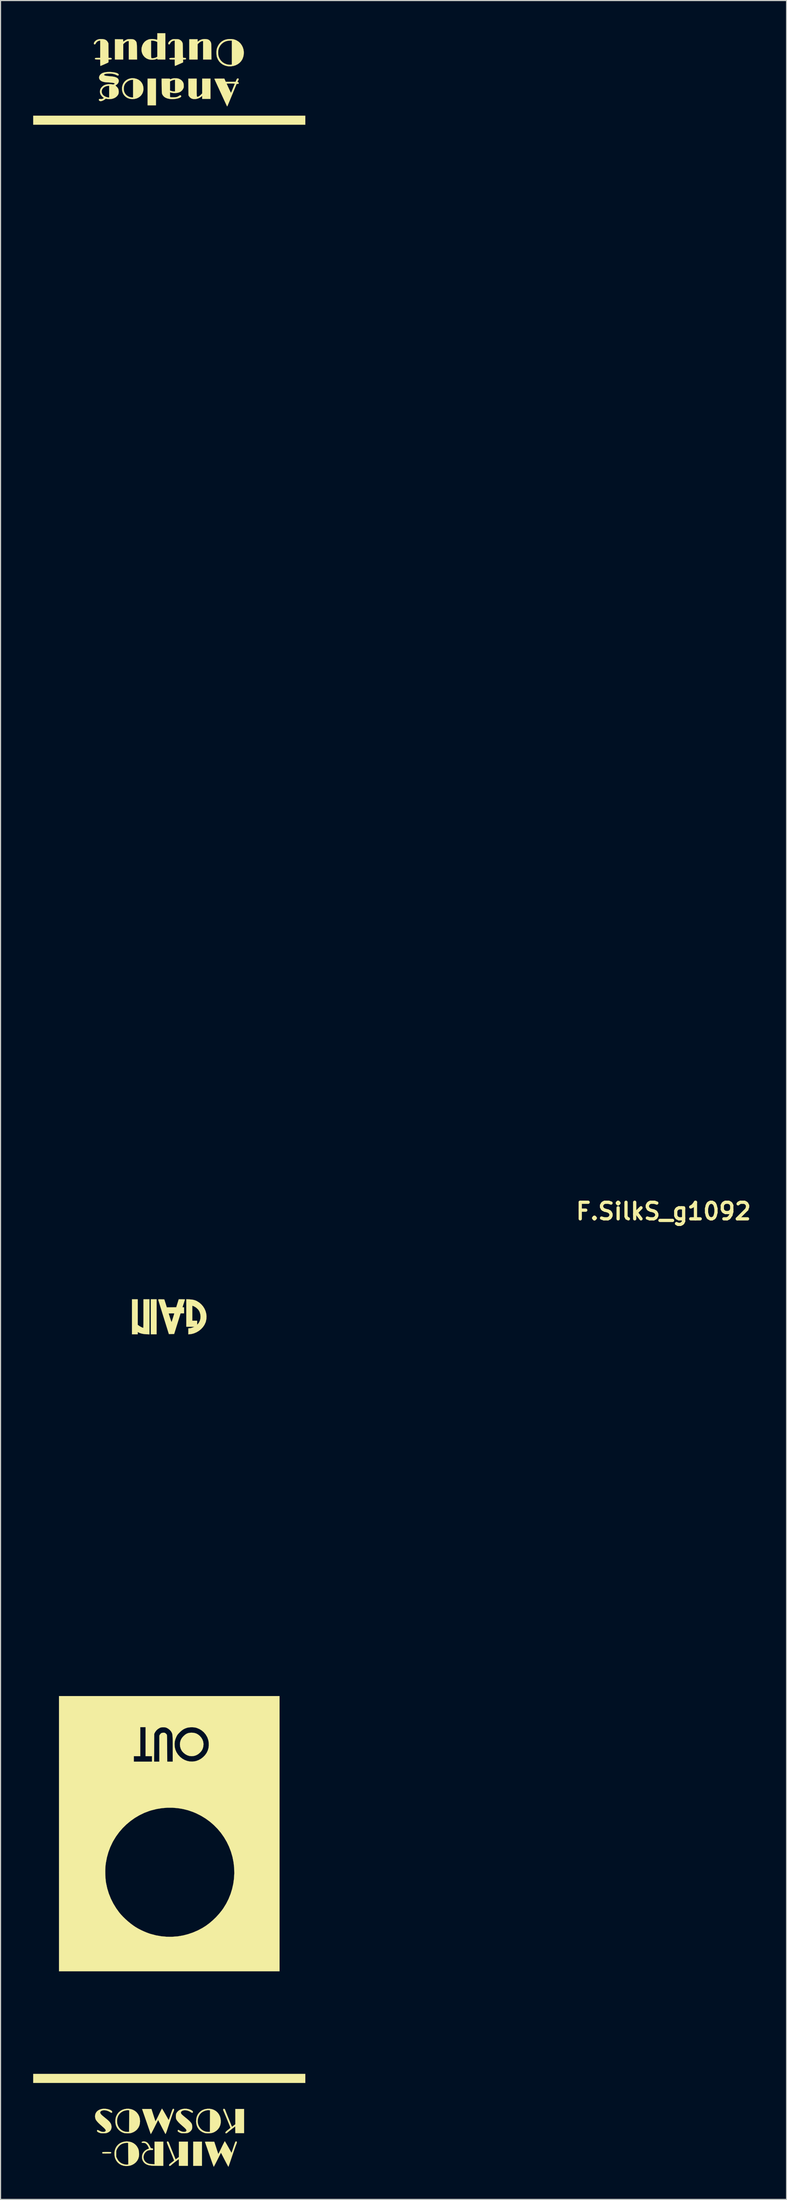
<source format=kicad_pcb>
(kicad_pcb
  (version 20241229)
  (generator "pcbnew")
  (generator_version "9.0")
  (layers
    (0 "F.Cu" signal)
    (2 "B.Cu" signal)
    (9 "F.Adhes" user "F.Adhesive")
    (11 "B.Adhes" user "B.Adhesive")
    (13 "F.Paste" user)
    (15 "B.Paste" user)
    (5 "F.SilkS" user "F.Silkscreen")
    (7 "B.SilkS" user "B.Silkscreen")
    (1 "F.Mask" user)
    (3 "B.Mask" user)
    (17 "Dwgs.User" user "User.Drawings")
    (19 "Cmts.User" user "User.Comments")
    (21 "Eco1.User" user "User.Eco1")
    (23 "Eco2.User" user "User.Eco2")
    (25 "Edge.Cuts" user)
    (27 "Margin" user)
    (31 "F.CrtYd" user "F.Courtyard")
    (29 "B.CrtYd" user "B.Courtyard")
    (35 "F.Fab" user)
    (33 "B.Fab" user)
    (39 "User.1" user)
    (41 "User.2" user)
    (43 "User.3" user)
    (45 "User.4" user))
  (footprint "F.SilkS_g1092"
    (layer "F.Cu")
    (at 57.959 108.294)
    (property "Reference" "F.SilkS_g1092" (at 0 0 0) (layer "F.SilkS") (effects (font (size 1.524 1.524) (thickness 0.3))))
    (attr through_hole)
    (fp_poly (pts (xy -46.672 -101.663) (xy -47.434 -101.663) (xy -47.434 -104.119) (xy -46.672 -104.119) (xy -46.672 -101.663)) (stroke (width 0.01) (type solid)) (fill yes) (layer "F.SilkS"))
    (fp_poly (pts (xy -46.609 11.303) (xy -47.138 11.303) (xy -47.138 8.086) (xy -46.609 8.086) (xy -46.609 11.303)) (stroke (width 0.01) (type solid)) (fill yes) (layer "F.SilkS"))
    (fp_poly (pts (xy -42.439 87.736) (xy -43.243 87.736) (xy -43.243 85.513) (xy -42.439 85.513) (xy -42.439 87.736)) (stroke (width 0.01) (type solid)) (fill yes) (layer "F.SilkS"))
    (fp_poly (pts (xy -32.935 -99.885) (xy -57.954 -99.885) (xy -57.954 -100.711) (xy -32.935 -100.711) (xy -32.935 -99.885)) (stroke (width 0.01) (type solid)) (fill yes) (layer "F.SilkS"))
    (fp_poly (pts (xy -32.935 80.116) (xy -57.954 80.116) (xy -57.954 79.29) (xy -32.935 79.29) (xy -32.935 80.116)) (stroke (width 0.01) (type solid)) (fill yes) (layer "F.SilkS"))
    (fp_poly (pts (xy -51.046 86.462) (xy -50.942 86.465) (xy -50.869 86.469) (xy -50.824 86.476) (xy -50.801 86.486) (xy -50.798 86.49) (xy -50.781 86.525) (xy -50.79 86.556) (xy -50.798 86.569) (xy -50.814 86.581) (xy -50.849 86.589) (xy -50.907 86.595) (xy -50.995 86.598) (xy -51.118 86.601) (xy -51.189 86.601) (xy -51.312 86.602) (xy -51.419 86.601) (xy -51.506 86.6) (xy -51.563 86.598) (xy -51.583 86.596) (xy -51.6 86.572) (xy -51.603 86.529) (xy -51.593 86.489) (xy -51.582 86.476) (xy -51.554 86.471) (xy -51.491 86.467) (xy -51.401 86.464) (xy -51.29 86.462) (xy -51.187 86.462) (xy -51.046 86.462)) (stroke (width 0.01) (type solid)) (fill yes) (layer "F.SilkS"))
    (fp_poly (pts (xy -48.345 10.433) (xy -48.212 10.528) (xy -48.133 10.579) (xy -48.045 10.628) (xy -47.959 10.67) (xy -47.885 10.699) (xy -47.836 10.71) (xy -47.836 10.71) (xy -47.831 10.689) (xy -47.828 10.628) (xy -47.824 10.527) (xy -47.821 10.388) (xy -47.819 10.213) (xy -47.817 10.003) (xy -47.816 9.759) (xy -47.816 9.484) (xy -47.816 9.398) (xy -47.816 8.086) (xy -47.265 8.086) (xy -47.265 11.309) (xy -47.546 11.297) (xy -47.77 11.278) (xy -47.962 11.244) (xy -48.13 11.193) (xy -48.241 11.143) (xy -48.345 11.091) (xy -48.345 11.303) (xy -48.874 11.303) (xy -48.874 8.086) (xy -48.345 8.086) (xy -48.345 10.433)) (stroke (width 0.01) (type solid)) (fill yes) (layer "F.SilkS"))
    (fp_poly (pts (xy -42.926 -103.293) (xy -42.926 -103.077) (xy -42.926 -102.901) (xy -42.925 -102.759) (xy -42.922 -102.649) (xy -42.917 -102.567) (xy -42.909 -102.509) (xy -42.898 -102.472) (xy -42.882 -102.452) (xy -42.861 -102.445) (xy -42.835 -102.448) (xy -42.802 -102.458) (xy -42.773 -102.467) (xy -42.696 -102.505) (xy -42.602 -102.578) (xy -42.553 -102.624) (xy -42.418 -102.755) (xy -42.418 -104.119) (xy -41.656 -104.119) (xy -41.656 -102.256) (xy -42.418 -102.256) (xy -42.418 -102.536) (xy -42.491 -102.471) (xy -42.642 -102.364) (xy -42.811 -102.288) (xy -42.989 -102.244) (xy -43.167 -102.236) (xy -43.299 -102.255) (xy -43.428 -102.305) (xy -43.54 -102.387) (xy -43.613 -102.477) (xy -43.677 -102.581) (xy -43.684 -103.35) (xy -43.69 -104.119) (xy -42.926 -104.119) (xy -42.926 -103.293)) (stroke (width 0.01) (type solid)) (fill yes) (layer "F.SilkS"))
    (fp_poly (pts (xy -42.059 -107.753) (xy -41.914 -107.725) (xy -41.798 -107.672) (xy -41.705 -107.59) (xy -41.633 -107.478) (xy -41.626 -107.463) (xy -41.614 -107.436) (xy -41.605 -107.407) (xy -41.597 -107.371) (xy -41.591 -107.324) (xy -41.587 -107.261) (xy -41.583 -107.178) (xy -41.581 -107.07) (xy -41.578 -106.931) (xy -41.576 -106.758) (xy -41.575 -106.622) (xy -41.568 -105.876) (xy -42.333 -105.876) (xy -42.333 -107.569) (xy -42.398 -107.569) (xy -42.488 -107.551) (xy -42.591 -107.498) (xy -42.7 -107.415) (xy -42.737 -107.381) (xy -42.841 -107.28) (xy -42.841 -105.876) (xy -43.603 -105.876) (xy -43.603 -107.738) (xy -42.841 -107.738) (xy -42.841 -107.502) (xy -42.758 -107.568) (xy -42.614 -107.662) (xy -42.459 -107.723) (xy -42.284 -107.753) (xy -42.236 -107.756) (xy -42.059 -107.753)) (stroke (width 0.01) (type solid)) (fill yes) (layer "F.SilkS"))
    (fp_poly (pts (xy -43.171 47.939) (xy -42.981 47.992) (xy -42.807 48.083) (xy -42.647 48.212) (xy -42.5 48.378) (xy -42.393 48.558) (xy -42.325 48.75) (xy -42.297 48.951) (xy -42.311 49.16) (xy -42.321 49.212) (xy -42.366 49.377) (xy -42.431 49.518) (xy -42.522 49.649) (xy -42.619 49.754) (xy -42.787 49.894) (xy -42.97 49.996) (xy -43.165 50.059) (xy -43.369 50.081) (xy -43.578 50.063) (xy -43.638 50.05) (xy -43.808 49.99) (xy -43.975 49.896) (xy -44.127 49.777) (xy -44.255 49.639) (xy -44.299 49.576) (xy -44.39 49.397) (xy -44.447 49.2) (xy -44.466 48.996) (xy -44.451 48.818) (xy -44.406 48.644) (xy -44.333 48.486) (xy -44.227 48.337) (xy -44.135 48.237) (xy -43.992 48.11) (xy -43.851 48.019) (xy -43.703 47.96) (xy -43.536 47.929) (xy -43.381 47.922) (xy -43.171 47.939)) (stroke (width 0.01) (type solid)) (fill yes) (layer "F.SilkS"))
    (fp_poly (pts (xy -48.885 -107.745) (xy -48.78 -107.732) (xy -48.697 -107.707) (xy -48.627 -107.666) (xy -48.561 -107.606) (xy -48.552 -107.597) (xy -48.52 -107.561) (xy -48.493 -107.525) (xy -48.472 -107.484) (xy -48.455 -107.433) (xy -48.442 -107.369) (xy -48.432 -107.286) (xy -48.425 -107.181) (xy -48.42 -107.048) (xy -48.417 -106.883) (xy -48.414 -106.682) (xy -48.413 -106.611) (xy -48.404 -105.876) (xy -49.17 -105.876) (xy -49.17 -107.569) (xy -49.235 -107.569) (xy -49.322 -107.551) (xy -49.424 -107.501) (xy -49.532 -107.423) (xy -49.575 -107.384) (xy -49.678 -107.288) (xy -49.678 -105.876) (xy -50.44 -105.876) (xy -50.44 -107.739) (xy -50.064 -107.734) (xy -49.689 -107.728) (xy -49.682 -107.618) (xy -49.676 -107.507) (xy -49.586 -107.576) (xy -49.512 -107.626) (xy -49.425 -107.675) (xy -49.381 -107.697) (xy -49.324 -107.72) (xy -49.27 -107.735) (xy -49.207 -107.744) (xy -49.123 -107.748) (xy -49.022 -107.749) (xy -48.885 -107.745)) (stroke (width 0.01) (type solid)) (fill yes) (layer "F.SilkS"))
    (fp_poly (pts (xy -43.619 8.091) (xy -43.416 8.106) (xy -43.245 8.133) (xy -43.094 8.173) (xy -42.955 8.229) (xy -42.912 8.251) (xy -42.694 8.385) (xy -42.504 8.547) (xy -42.342 8.734) (xy -42.211 8.94) (xy -42.113 9.161) (xy -42.049 9.394) (xy -42.02 9.633) (xy -42.029 9.876) (xy -42.078 10.117) (xy -42.11 10.216) (xy -42.211 10.434) (xy -42.348 10.637) (xy -42.516 10.819) (xy -42.709 10.977) (xy -42.924 11.108) (xy -43.155 11.208) (xy -43.398 11.273) (xy -43.54 11.294) (xy -43.688 11.308) (xy -43.688 10.753) (xy -43.609 10.752) (xy -43.505 10.741) (xy -43.382 10.711) (xy -43.257 10.667) (xy -43.222 10.652) (xy -43.127 10.608) (xy -43.503 10.606) (xy -43.879 10.604) (xy -43.879 10.054) (xy -43.328 10.054) (xy -42.884 10.054) (xy -42.884 10.421) (xy -42.83 10.371) (xy -42.788 10.324) (xy -42.739 10.259) (xy -42.712 10.219) (xy -42.629 10.053) (xy -42.58 9.868) (xy -42.566 9.673) (xy -42.586 9.475) (xy -42.64 9.283) (xy -42.685 9.181) (xy -42.774 9.045) (xy -42.895 8.918) (xy -43.036 8.808) (xy -43.187 8.724) (xy -43.281 8.69) (xy -43.328 8.675) (xy -43.328 10.054) (xy -43.879 10.054) (xy -43.879 8.08) (xy -43.619 8.091)) (stroke (width 0.01) (type solid)) (fill yes) (layer "F.SilkS"))
    (fp_poly (pts (xy -48.663 -104.146) (xy -48.646 -104.143) (xy -48.443 -104.092) (xy -48.264 -104.008) (xy -48.112 -103.894) (xy -47.989 -103.753) (xy -47.897 -103.587) (xy -47.84 -103.401) (xy -47.819 -103.196) (xy -47.821 -103.099) (xy -47.854 -102.912) (xy -47.922 -102.742) (xy -48.022 -102.592) (xy -48.149 -102.465) (xy -48.3 -102.363) (xy -48.471 -102.289) (xy -48.657 -102.246) (xy -48.854 -102.235) (xy -49.058 -102.261) (xy -49.091 -102.268) (xy -49.275 -102.333) (xy -49.435 -102.431) (xy -49.569 -102.557) (xy -49.674 -102.708) (xy -49.748 -102.88) (xy -49.788 -103.068) (xy -49.791 -103.244) (xy -49.63 -103.244) (xy -49.624 -103.067) (xy -49.584 -102.899) (xy -49.579 -102.885) (xy -49.502 -102.737) (xy -49.392 -102.608) (xy -49.257 -102.504) (xy -49.104 -102.429) (xy -48.941 -102.39) (xy -48.869 -102.385) (xy -48.768 -102.383) (xy -48.768 -104.013) (xy -48.82 -104.013) (xy -48.98 -103.994) (xy -49.139 -103.941) (xy -49.288 -103.858) (xy -49.417 -103.752) (xy -49.517 -103.628) (xy -49.546 -103.577) (xy -49.604 -103.419) (xy -49.63 -103.244) (xy -49.791 -103.244) (xy -49.791 -103.269) (xy -49.783 -103.34) (xy -49.736 -103.531) (xy -49.655 -103.703) (xy -49.542 -103.851) (xy -49.404 -103.973) (xy -49.242 -104.066) (xy -49.062 -104.128) (xy -48.868 -104.156) (xy -48.663 -104.146)) (stroke (width 0.01) (type solid)) (fill yes) (layer "F.SilkS"))
    (fp_poly (pts (xy -40.364 82.511) (xy -40.32 82.566) (xy -40.293 82.628) (xy -40.277 82.671) (xy -40.248 82.748) (xy -40.206 82.854) (xy -40.154 82.983) (xy -40.095 83.131) (xy -40.03 83.292) (xy -39.969 83.441) (xy -39.679 84.153) (xy -39.37 83.921) (xy -39.37 82.508) (xy -38.566 82.508) (xy -38.566 84.73) (xy -39.369 84.73) (xy -39.375 84.421) (xy -39.381 84.112) (xy -39.666 84.328) (xy -39.771 84.409) (xy -39.874 84.49) (xy -39.965 84.564) (xy -40.035 84.624) (xy -40.062 84.648) (xy -40.146 84.717) (xy -40.211 84.749) (xy -40.258 84.744) (xy -40.266 84.737) (xy -40.277 84.707) (xy -40.28 84.676) (xy -40.271 84.643) (xy -40.241 84.601) (xy -40.186 84.547) (xy -40.104 84.477) (xy -39.99 84.388) (xy -39.967 84.37) (xy -39.887 84.306) (xy -39.838 84.256) (xy -39.821 84.225) (xy -39.821 84.222) (xy -39.832 84.192) (xy -39.857 84.128) (xy -39.894 84.036) (xy -39.941 83.92) (xy -39.995 83.788) (xy -40.054 83.643) (xy -40.117 83.492) (xy -40.18 83.34) (xy -40.241 83.191) (xy -40.299 83.052) (xy -40.351 82.929) (xy -40.394 82.825) (xy -40.428 82.748) (xy -40.448 82.701) (xy -40.452 82.694) (xy -40.485 82.609) (xy -40.487 82.548) (xy -40.459 82.507) (xy -40.412 82.49) (xy -40.364 82.511)) (stroke (width 0.01) (type solid)) (fill yes) (layer "F.SilkS"))
    (fp_poly (pts (xy -41.717 82.493) (xy -41.514 82.53) (xy -41.325 82.602) (xy -41.154 82.705) (xy -41.006 82.838) (xy -40.883 82.998) (xy -40.79 83.182) (xy -40.735 83.365) (xy -40.706 83.594) (xy -40.716 83.811) (xy -40.762 84.015) (xy -40.844 84.201) (xy -40.961 84.366) (xy -41.11 84.508) (xy -41.289 84.624) (xy -41.417 84.681) (xy -41.541 84.716) (xy -41.691 84.739) (xy -41.852 84.748) (xy -42.009 84.744) (xy -42.147 84.725) (xy -42.196 84.713) (xy -42.4 84.632) (xy -42.576 84.521) (xy -42.722 84.381) (xy -42.836 84.215) (xy -42.918 84.025) (xy -42.964 83.813) (xy -42.975 83.651) (xy -42.973 83.628) (xy -42.834 83.628) (xy -42.817 83.818) (xy -42.766 83.998) (xy -42.683 84.163) (xy -42.572 84.309) (xy -42.437 84.431) (xy -42.281 84.526) (xy -42.106 84.589) (xy -41.917 84.617) (xy -41.846 84.618) (xy -41.709 84.614) (xy -41.703 83.626) (xy -41.698 82.638) (xy -41.764 82.624) (xy -41.849 82.617) (xy -41.959 82.626) (xy -42.079 82.65) (xy -42.18 82.679) (xy -42.364 82.763) (xy -42.52 82.877) (xy -42.646 83.022) (xy -42.742 83.196) (xy -42.807 83.399) (xy -42.813 83.43) (xy -42.834 83.628) (xy -42.973 83.628) (xy -42.961 83.423) (xy -42.915 83.22) (xy -42.834 83.038) (xy -42.718 82.875) (xy -42.661 82.814) (xy -42.532 82.7) (xy -42.395 82.616) (xy -42.238 82.553) (xy -42.152 82.528) (xy -41.931 82.491) (xy -41.717 82.493)) (stroke (width 0.01) (type solid)) (fill yes) (layer "F.SilkS"))
    (fp_poly (pts (xy -49.153 82.493) (xy -48.954 82.528) (xy -48.765 82.596) (xy -48.591 82.696) (xy -48.444 82.823) (xy -48.31 82.992) (xy -48.214 83.179) (xy -48.155 83.386) (xy -48.133 83.614) (xy -48.133 83.639) (xy -48.149 83.855) (xy -48.197 84.047) (xy -48.279 84.22) (xy -48.397 84.379) (xy -48.44 84.425) (xy -48.58 84.543) (xy -48.746 84.64) (xy -48.922 84.709) (xy -48.997 84.728) (xy -49.112 84.743) (xy -49.251 84.749) (xy -49.395 84.745) (xy -49.528 84.732) (xy -49.601 84.718) (xy -49.786 84.652) (xy -49.955 84.55) (xy -50.104 84.419) (xy -50.228 84.262) (xy -50.321 84.086) (xy -50.375 83.909) (xy -50.391 83.791) (xy -50.397 83.652) (xy -50.396 83.632) (xy -50.25 83.632) (xy -50.231 83.835) (xy -50.176 84.023) (xy -50.09 84.191) (xy -49.975 84.336) (xy -49.835 84.455) (xy -49.674 84.544) (xy -49.495 84.6) (xy -49.302 84.619) (xy -49.276 84.618) (xy -49.138 84.614) (xy -49.133 83.625) (xy -49.127 82.637) (xy -49.204 82.622) (xy -49.281 82.619) (xy -49.383 82.63) (xy -49.497 82.652) (xy -49.609 82.683) (xy -49.705 82.72) (xy -49.719 82.727) (xy -49.89 82.835) (xy -50.029 82.97) (xy -50.136 83.131) (xy -50.208 83.315) (xy -50.245 83.52) (xy -50.25 83.632) (xy -50.396 83.632) (xy -50.393 83.509) (xy -50.381 83.383) (xy -50.375 83.35) (xy -50.321 83.177) (xy -50.235 83.007) (xy -50.126 82.856) (xy -50.083 82.81) (xy -49.925 82.681) (xy -49.748 82.585) (xy -49.556 82.522) (xy -49.356 82.491) (xy -49.153 82.493)) (stroke (width 0.01) (type solid)) (fill yes) (layer "F.SilkS"))
    (fp_poly (pts (xy -51.571 -107.753) (xy -51.408 -107.723) (xy -51.275 -107.666) (xy -51.172 -107.58) (xy -51.102 -107.48) (xy -51.043 -107.368) (xy -51.037 -106.696) (xy -51.031 -106.024) (xy -50.91 -106.024) (xy -50.82 -106.019) (xy -50.766 -106.005) (xy -50.742 -105.977) (xy -50.74 -105.937) (xy -50.747 -105.91) (xy -50.766 -105.894) (xy -50.805 -105.885) (xy -50.876 -105.881) (xy -50.89 -105.88) (xy -51.033 -105.874) (xy -51.033 -105.741) (xy -51.034 -105.667) (xy -51.041 -105.623) (xy -51.059 -105.599) (xy -51.09 -105.58) (xy -51.091 -105.58) (xy -51.179 -105.539) (xy -51.281 -105.493) (xy -51.389 -105.445) (xy -51.497 -105.398) (xy -51.596 -105.355) (xy -51.68 -105.32) (xy -51.741 -105.295) (xy -51.772 -105.283) (xy -51.774 -105.283) (xy -51.783 -105.303) (xy -51.789 -105.361) (xy -51.793 -105.452) (xy -51.795 -105.572) (xy -51.795 -105.579) (xy -51.795 -105.874) (xy -52.033 -105.88) (xy -52.136 -105.883) (xy -52.204 -105.887) (xy -52.245 -105.893) (xy -52.267 -105.904) (xy -52.275 -105.921) (xy -52.278 -105.937) (xy -52.273 -105.983) (xy -52.257 -106.005) (xy -52.225 -106.013) (xy -52.161 -106.019) (xy -52.075 -106.023) (xy -52.012 -106.024) (xy -51.795 -106.024) (xy -51.795 -107.617) (xy -51.883 -107.605) (xy -51.989 -107.572) (xy -52.088 -107.506) (xy -52.167 -107.417) (xy -52.188 -107.381) (xy -52.235 -107.303) (xy -52.28 -107.265) (xy -52.327 -107.262) (xy -52.333 -107.264) (xy -52.373 -107.298) (xy -52.382 -107.353) (xy -52.361 -107.423) (xy -52.311 -107.502) (xy -52.246 -107.573) (xy -52.14 -107.657) (xy -52.018 -107.713) (xy -51.873 -107.746) (xy -51.766 -107.756) (xy -51.571 -107.753)) (stroke (width 0.01) (type solid)) (fill yes) (layer "F.SilkS"))
    (fp_poly (pts (xy -49.125 85.512) (xy -48.918 85.567) (xy -48.731 85.657) (xy -48.568 85.78) (xy -48.431 85.933) (xy -48.323 86.115) (xy -48.279 86.222) (xy -48.251 86.334) (xy -48.231 86.471) (xy -48.221 86.619) (xy -48.222 86.761) (xy -48.235 86.883) (xy -48.238 86.895) (xy -48.299 87.089) (xy -48.394 87.264) (xy -48.519 87.416) (xy -48.671 87.543) (xy -48.845 87.642) (xy -49.036 87.712) (xy -49.242 87.75) (xy -49.457 87.753) (xy -49.651 87.725) (xy -49.848 87.661) (xy -50.026 87.562) (xy -50.18 87.431) (xy -50.307 87.271) (xy -50.403 87.087) (xy -50.45 86.943) (xy -50.471 86.826) (xy -50.48 86.685) (xy -50.48 86.626) (xy -50.324 86.626) (xy -50.324 86.903) (xy -50.234 87.085) (xy -50.136 87.248) (xy -50.02 87.378) (xy -49.877 87.481) (xy -49.797 87.523) (xy -49.665 87.575) (xy -49.529 87.611) (xy -49.399 87.627) (xy -49.289 87.623) (xy -49.26 87.617) (xy -49.212 87.604) (xy -49.218 86.617) (xy -49.223 85.63) (xy -49.332 85.623) (xy -49.455 85.629) (xy -49.595 85.654) (xy -49.734 85.696) (xy -49.83 85.737) (xy -49.966 85.827) (xy -50.092 85.951) (xy -50.198 86.098) (xy -50.245 86.185) (xy -50.277 86.253) (xy -50.299 86.307) (xy -50.313 86.357) (xy -50.32 86.415) (xy -50.323 86.491) (xy -50.324 86.597) (xy -50.324 86.626) (xy -50.48 86.626) (xy -50.48 86.538) (xy -50.468 86.402) (xy -50.451 86.311) (xy -50.378 86.108) (xy -50.272 85.929) (xy -50.136 85.778) (xy -49.974 85.657) (xy -49.788 85.568) (xy -49.58 85.512) (xy -49.355 85.493) (xy -49.35 85.493) (xy -49.125 85.512)) (stroke (width 0.01) (type solid)) (fill yes) (layer "F.SilkS"))
    (fp_poly (pts (xy -45.805 -105.876) (xy -46.175 -105.876) (xy -46.308 -105.876) (xy -46.405 -105.877) (xy -46.471 -105.88) (xy -46.512 -105.884) (xy -46.535 -105.892) (xy -46.544 -105.903) (xy -46.545 -105.919) (xy -46.549 -105.947) (xy -46.567 -105.949) (xy -46.604 -105.931) (xy -46.733 -105.883) (xy -46.889 -105.855) (xy -47.06 -105.848) (xy -47.191 -105.858) (xy -47.38 -105.902) (xy -47.55 -105.981) (xy -47.697 -106.09) (xy -47.818 -106.225) (xy -47.911 -106.381) (xy -47.927 -106.427) (xy -47.117 -106.427) (xy -47.117 -106.29) (xy -47.114 -106.184) (xy -47.108 -106.105) (xy -47.099 -106.049) (xy -47.086 -106.014) (xy -47.067 -105.994) (xy -47.042 -105.986) (xy -47.01 -105.986) (xy -46.97 -105.991) (xy -46.929 -105.996) (xy -46.844 -106.008) (xy -46.759 -106.028) (xy -46.728 -106.037) (xy -46.661 -106.064) (xy -46.604 -106.093) (xy -46.593 -106.099) (xy -46.545 -106.131) (xy -46.545 -107.483) (xy -46.614 -107.519) (xy -46.735 -107.567) (xy -46.875 -107.599) (xy -47.006 -107.611) (xy -47.117 -107.611) (xy -47.117 -106.809) (xy -47.117 -106.598) (xy -47.117 -106.427) (xy -47.927 -106.427) (xy -47.972 -106.555) (xy -47.998 -106.742) (xy -47.987 -106.937) (xy -47.979 -106.981) (xy -47.919 -107.183) (xy -47.827 -107.359) (xy -47.706 -107.505) (xy -47.556 -107.621) (xy -47.379 -107.705) (xy -47.297 -107.731) (xy -47.156 -107.754) (xy -46.994 -107.758) (xy -46.826 -107.744) (xy -46.669 -107.713) (xy -46.583 -107.685) (xy -46.568 -107.682) (xy -46.558 -107.691) (xy -46.551 -107.718) (xy -46.548 -107.768) (xy -46.546 -107.848) (xy -46.546 -107.964) (xy -46.545 -107.979) (xy -46.545 -108.289) (xy -45.805 -108.289) (xy -45.805 -105.876)) (stroke (width 0.01) (type solid)) (fill yes) (layer "F.SilkS"))
    (fp_poly (pts (xy -39.574 -107.738) (xy -39.428 -107.701) (xy -39.283 -107.641) (xy -39.235 -107.617) (xy -39.055 -107.501) (xy -38.903 -107.356) (xy -38.779 -107.186) (xy -38.684 -106.998) (xy -38.621 -106.795) (xy -38.59 -106.583) (xy -38.594 -106.366) (xy -38.633 -106.149) (xy -38.708 -105.937) (xy -38.729 -105.893) (xy -38.839 -105.72) (xy -38.98 -105.57) (xy -39.148 -105.446) (xy -39.338 -105.349) (xy -39.544 -105.283) (xy -39.761 -105.248) (xy -39.985 -105.249) (xy -40.099 -105.263) (xy -40.322 -105.32) (xy -40.523 -105.412) (xy -40.7 -105.537) (xy -40.849 -105.691) (xy -40.967 -105.873) (xy -41.054 -106.08) (xy -41.072 -106.145) (xy -41.091 -106.247) (xy -41.101 -106.375) (xy -41.105 -106.516) (xy -41.103 -106.573) (xy -40.947 -106.573) (xy -40.945 -106.404) (xy -40.926 -106.244) (xy -40.897 -106.13) (xy -40.808 -105.933) (xy -40.688 -105.763) (xy -40.54 -105.621) (xy -40.367 -105.511) (xy -40.175 -105.435) (xy -39.965 -105.396) (xy -39.889 -105.392) (xy -39.816 -105.393) (xy -39.754 -105.398) (xy -39.735 -105.402) (xy -39.688 -105.415) (xy -39.688 -107.611) (xy -39.869 -107.611) (xy -40.086 -107.592) (xy -40.286 -107.534) (xy -40.467 -107.44) (xy -40.625 -107.313) (xy -40.758 -107.155) (xy -40.861 -106.968) (xy -40.898 -106.875) (xy -40.931 -106.735) (xy -40.947 -106.573) (xy -41.103 -106.573) (xy -41.101 -106.653) (xy -41.089 -106.773) (xy -41.083 -106.811) (xy -41.039 -106.958) (xy -40.969 -107.113) (xy -40.881 -107.259) (xy -40.785 -107.382) (xy -40.772 -107.396) (xy -40.616 -107.533) (xy -40.448 -107.634) (xy -40.263 -107.704) (xy -40.054 -107.743) (xy -39.92 -107.754) (xy -39.734 -107.754) (xy -39.574 -107.738)) (stroke (width 0.01) (type solid)) (fill yes) (layer "F.SilkS"))
    (fp_poly (pts (xy -45.549 85.509) (xy -45.504 85.562) (xy -45.466 85.651) (xy -45.453 85.687) (xy -45.427 85.754) (xy -45.39 85.848) (xy -45.344 85.964) (xy -45.291 86.096) (xy -45.234 86.238) (xy -45.174 86.386) (xy -45.114 86.534) (xy -45.056 86.678) (xy -45.001 86.811) (xy -44.953 86.928) (xy -44.913 87.024) (xy -44.883 87.095) (xy -44.866 87.133) (xy -44.863 87.139) (xy -44.844 87.131) (xy -44.8 87.102) (xy -44.738 87.058) (xy -44.706 87.034) (xy -44.556 86.922) (xy -44.556 85.513) (xy -43.73 85.513) (xy -43.73 87.736) (xy -44.556 87.736) (xy -44.556 87.429) (xy -44.557 87.32) (xy -44.559 87.229) (xy -44.562 87.161) (xy -44.566 87.126) (xy -44.567 87.122) (xy -44.59 87.134) (xy -44.639 87.168) (xy -44.708 87.219) (xy -44.791 87.282) (xy -44.881 87.351) (xy -44.972 87.422) (xy -45.057 87.49) (xy -45.131 87.55) (xy -45.186 87.596) (xy -45.201 87.61) (xy -45.283 87.682) (xy -45.345 87.725) (xy -45.393 87.743) (xy -45.429 87.741) (xy -45.46 87.717) (xy -45.464 87.672) (xy -45.444 87.619) (xy -45.408 87.574) (xy -45.366 87.538) (xy -45.3 87.486) (xy -45.221 87.426) (xy -45.175 87.391) (xy -45.102 87.335) (xy -45.044 87.288) (xy -45.008 87.255) (xy -45 87.243) (xy -45.008 87.219) (xy -45.03 87.161) (xy -45.064 87.074) (xy -45.109 86.963) (xy -45.161 86.832) (xy -45.22 86.688) (xy -45.283 86.534) (xy -45.348 86.375) (xy -45.413 86.218) (xy -45.476 86.066) (xy -45.535 85.925) (xy -45.556 85.875) (xy -45.608 85.747) (xy -45.644 85.652) (xy -45.662 85.585) (xy -45.663 85.541) (xy -45.649 85.515) (xy -45.62 85.5) (xy -45.6 85.497) (xy -45.549 85.509)) (stroke (width 0.01) (type solid)) (fill yes) (layer "F.SilkS"))
    (fp_poly (pts (xy -47.676 85.503) (xy -47.55 85.547) (xy -47.437 85.627) (xy -47.334 85.747) (xy -47.241 85.907) (xy -47.221 85.948) (xy -47.182 86.032) (xy -47.154 86.084) (xy -47.13 86.113) (xy -47.105 86.125) (xy -47.07 86.127) (xy -47.058 86.127) (xy -46.98 86.139) (xy -46.936 86.174) (xy -46.926 86.215) (xy -46.933 86.245) (xy -46.955 86.265) (xy -47.002 86.277) (xy -47.079 86.283) (xy -47.147 86.285) (xy -47.305 86.3) (xy -47.436 86.34) (xy -47.55 86.411) (xy -47.643 86.498) (xy -47.734 86.626) (xy -47.791 86.767) (xy -47.813 86.914) (xy -47.801 87.06) (xy -47.756 87.198) (xy -47.678 87.321) (xy -47.586 87.41) (xy -47.472 87.484) (xy -47.349 87.535) (xy -47.207 87.567) (xy -47.036 87.583) (xy -47.027 87.583) (xy -46.8 87.592) (xy -46.8 85.513) (xy -45.995 85.513) (xy -45.995 87.736) (xy -46.477 87.733) (xy -46.627 87.731) (xy -46.773 87.729) (xy -46.906 87.725) (xy -47.017 87.721) (xy -47.098 87.716) (xy -47.117 87.714) (xy -47.329 87.68) (xy -47.508 87.62) (xy -47.657 87.534) (xy -47.778 87.42) (xy -47.873 87.277) (xy -47.896 87.232) (xy -47.938 87.095) (xy -47.952 86.942) (xy -47.939 86.785) (xy -47.902 86.652) (xy -47.825 86.507) (xy -47.715 86.378) (xy -47.58 86.273) (xy -47.431 86.2) (xy -47.397 86.189) (xy -47.351 86.174) (xy -47.326 86.157) (xy -47.319 86.129) (xy -47.331 86.083) (xy -47.362 86.01) (xy -47.382 85.965) (xy -47.434 85.871) (xy -47.501 85.781) (xy -47.575 85.706) (xy -47.646 85.654) (xy -47.674 85.642) (xy -47.735 85.63) (xy -47.815 85.624) (xy -47.857 85.625) (xy -47.928 85.625) (xy -47.966 85.616) (xy -47.979 85.598) (xy -47.975 85.552) (xy -47.94 85.52) (xy -47.87 85.502) (xy -47.816 85.496) (xy -47.676 85.503)) (stroke (width 0.01) (type solid)) (fill yes) (layer "F.SilkS"))
    (fp_poly (pts (xy -44.751 -107.748) (xy -44.67 -107.744) (xy -44.61 -107.736) (xy -44.558 -107.722) (xy -44.505 -107.7) (xy -44.49 -107.693) (xy -44.367 -107.614) (xy -44.275 -107.506) (xy -44.226 -107.405) (xy -44.217 -107.365) (xy -44.209 -107.303) (xy -44.204 -107.213) (xy -44.2 -107.093) (xy -44.198 -106.938) (xy -44.197 -106.754) (xy -44.196 -106.598) (xy -44.194 -106.453) (xy -44.192 -106.324) (xy -44.189 -106.219) (xy -44.186 -106.143) (xy -44.183 -106.104) (xy -44.17 -106.026) (xy -44.04 -106.019) (xy -43.969 -106.015) (xy -43.93 -106.007) (xy -43.914 -105.991) (xy -43.91 -105.96) (xy -43.91 -105.95) (xy -43.912 -105.915) (xy -43.924 -105.896) (xy -43.955 -105.886) (xy -44.016 -105.881) (xy -44.043 -105.88) (xy -44.175 -105.874) (xy -44.175 -105.611) (xy -44.543 -105.447) (xy -44.658 -105.396) (xy -44.76 -105.351) (xy -44.842 -105.316) (xy -44.899 -105.292) (xy -44.923 -105.283) (xy -44.924 -105.283) (xy -44.928 -105.303) (xy -44.932 -105.358) (xy -44.935 -105.439) (xy -44.937 -105.541) (xy -44.937 -105.579) (xy -44.937 -105.876) (xy -45.167 -105.876) (xy -45.275 -105.877) (xy -45.347 -105.881) (xy -45.393 -105.89) (xy -45.419 -105.903) (xy -45.425 -105.909) (xy -45.442 -105.95) (xy -45.431 -105.978) (xy -45.413 -105.994) (xy -45.38 -106.005) (xy -45.323 -106.013) (xy -45.236 -106.017) (xy -45.173 -106.019) (xy -44.937 -106.025) (xy -44.937 -107.617) (xy -45.032 -107.606) (xy -45.153 -107.572) (xy -45.257 -107.502) (xy -45.337 -107.402) (xy -45.348 -107.381) (xy -45.401 -107.298) (xy -45.453 -107.256) (xy -45.478 -107.251) (xy -45.494 -107.267) (xy -45.52 -107.302) (xy -45.54 -107.343) (xy -45.539 -107.382) (xy -45.523 -107.424) (xy -45.477 -107.497) (xy -45.403 -107.575) (xy -45.313 -107.647) (xy -45.217 -107.702) (xy -45.215 -107.704) (xy -45.165 -107.724) (xy -45.112 -107.737) (xy -45.045 -107.745) (xy -44.955 -107.748) (xy -44.863 -107.749) (xy -44.751 -107.748)) (stroke (width 0.01) (type solid)) (fill yes) (layer "F.SilkS"))
    (fp_poly (pts (xy -44.186 8.087) (xy -44.099 8.09) (xy -44.037 8.094) (xy -44.007 8.1) (xy -44.006 8.102) (xy -44.012 8.126) (xy -44.03 8.184) (xy -44.056 8.268) (xy -44.089 8.372) (xy -44.119 8.467) (xy -44.232 8.816) (xy -44.161 8.822) (xy -44.09 8.829) (xy -44.09 9.377) (xy -44.406 9.377) (xy -44.47 9.583) (xy -44.491 9.652) (xy -44.523 9.756) (xy -44.564 9.887) (xy -44.612 10.039) (xy -44.664 10.207) (xy -44.719 10.384) (xy -44.765 10.53) (xy -44.996 11.271) (xy -45.238 11.277) (xy -45.479 11.283) (xy -45.97 9.71) (xy -46.048 9.461) (xy -46.071 9.387) (xy -45.502 9.387) (xy -45.374 9.796) (xy -45.335 9.918) (xy -45.299 10.023) (xy -45.268 10.105) (xy -45.246 10.158) (xy -45.233 10.177) (xy -45.231 10.177) (xy -45.221 10.149) (xy -45.2 10.087) (xy -45.17 9.999) (xy -45.135 9.89) (xy -45.097 9.771) (xy -45.06 9.651) (xy -45.029 9.547) (xy -45.005 9.463) (xy -44.99 9.407) (xy -44.986 9.384) (xy -44.986 9.384) (xy -45.01 9.381) (xy -45.066 9.38) (xy -45.149 9.38) (xy -45.247 9.381) (xy -45.248 9.381) (xy -45.502 9.387) (xy -46.071 9.387) (xy -46.121 9.224) (xy -46.19 9.001) (xy -46.254 8.796) (xy -46.311 8.611) (xy -46.36 8.451) (xy -46.4 8.318) (xy -46.431 8.215) (xy -46.452 8.146) (xy -46.46 8.113) (xy -46.461 8.111) (xy -46.45 8.1) (xy -46.415 8.093) (xy -46.349 8.089) (xy -46.25 8.089) (xy -46.182 8.09) (xy -45.903 8.096) (xy -45.855 8.244) (xy -45.827 8.331) (xy -45.792 8.441) (xy -45.756 8.555) (xy -45.739 8.61) (xy -45.672 8.827) (xy -45.237 8.822) (xy -44.803 8.816) (xy -44.786 8.763) (xy -44.774 8.725) (xy -44.753 8.655) (xy -44.723 8.561) (xy -44.69 8.453) (xy -44.672 8.398) (xy -44.575 8.086) (xy -44.29 8.086) (xy -44.186 8.087)) (stroke (width 0.01) (type solid)) (fill yes) (layer "F.SilkS"))
    (fp_poly (pts (xy -51.259 82.5) (xy -51.12 82.523) (xy -50.991 82.557) (xy -50.877 82.6) (xy -50.786 82.651) (xy -50.723 82.708) (xy -50.695 82.77) (xy -50.694 82.782) (xy -50.705 82.837) (xy -50.738 82.858) (xy -50.795 82.847) (xy -50.878 82.804) (xy -50.909 82.784) (xy -51.045 82.71) (xy -51.19 82.658) (xy -51.337 82.63) (xy -51.477 82.626) (xy -51.603 82.646) (xy -51.706 82.693) (xy -51.731 82.711) (xy -51.781 82.769) (xy -51.799 82.832) (xy -51.782 82.903) (xy -51.731 82.984) (xy -51.643 83.077) (xy -51.518 83.186) (xy -51.517 83.186) (xy -51.375 83.302) (xy -51.261 83.395) (xy -51.171 83.47) (xy -51.101 83.529) (xy -51.048 83.577) (xy -51.005 83.618) (xy -50.969 83.655) (xy -50.937 83.692) (xy -50.922 83.709) (xy -50.828 83.847) (xy -50.772 83.991) (xy -50.753 84.15) (xy -50.752 84.167) (xy -50.771 84.319) (xy -50.826 84.45) (xy -50.917 84.56) (xy -51.046 84.651) (xy -51.104 84.679) (xy -51.171 84.707) (xy -51.233 84.725) (xy -51.304 84.736) (xy -51.396 84.742) (xy -51.467 84.745) (xy -51.588 84.746) (xy -51.679 84.742) (xy -51.753 84.731) (xy -51.816 84.713) (xy -51.937 84.667) (xy -52.02 84.623) (xy -52.07 84.576) (xy -52.09 84.524) (xy -52.091 84.508) (xy -52.078 84.461) (xy -52.039 84.446) (xy -51.972 84.464) (xy -51.892 84.506) (xy -51.771 84.566) (xy -51.648 84.606) (xy -51.531 84.623) (xy -51.429 84.617) (xy -51.351 84.586) (xy -51.343 84.58) (xy -51.302 84.539) (xy -51.286 84.494) (xy -51.295 84.441) (xy -51.333 84.378) (xy -51.4 84.301) (xy -51.499 84.207) (xy -51.61 84.11) (xy -51.807 83.936) (xy -51.967 83.782) (xy -52.089 83.648) (xy -52.175 83.534) (xy -52.212 83.467) (xy -52.255 83.33) (xy -52.269 83.179) (xy -52.253 83.03) (xy -52.21 82.901) (xy -52.122 82.765) (xy -52.003 82.656) (xy -51.852 82.573) (xy -51.674 82.516) (xy -51.542 82.495) (xy -51.402 82.491) (xy -51.259 82.5)) (stroke (width 0.01) (type solid)) (fill yes) (layer "F.SilkS"))
    (fp_poly (pts (xy -39.09 -104.122) (xy -39.072 -104.107) (xy -39.059 -104.083) (xy -39.061 -104.053) (xy -39.08 -104.006) (xy -39.113 -103.945) (xy -39.147 -103.882) (xy -39.17 -103.835) (xy -39.176 -103.815) (xy -39.176 -103.814) (xy -39.154 -103.804) (xy -39.11 -103.784) (xy -39.109 -103.784) (xy -39.066 -103.757) (xy -39.055 -103.718) (xy -39.056 -103.701) (xy -39.065 -103.664) (xy -39.087 -103.646) (xy -39.136 -103.638) (xy -39.159 -103.636) (xy -39.255 -103.63) (xy -39.677 -102.603) (xy -39.758 -102.406) (xy -39.835 -102.221) (xy -39.905 -102.052) (xy -39.968 -101.902) (xy -40.021 -101.776) (xy -40.063 -101.676) (xy -40.094 -101.607) (xy -40.11 -101.571) (xy -40.112 -101.567) (xy -40.13 -101.577) (xy -40.148 -101.606) (xy -40.191 -101.697) (xy -40.245 -101.813) (xy -40.31 -101.953) (xy -40.383 -102.11) (xy -40.463 -102.283) (xy -40.548 -102.466) (xy -40.635 -102.656) (xy -40.725 -102.849) (xy -40.813 -103.041) (xy -40.899 -103.229) (xy -40.982 -103.408) (xy -41.058 -103.575) (xy -41.095 -103.656) (xy -40.171 -103.656) (xy -40.153 -103.613) (xy -40.121 -103.543) (xy -40.08 -103.453) (xy -40.033 -103.35) (xy -39.981 -103.24) (xy -39.929 -103.129) (xy -39.88 -103.026) (xy -39.836 -102.935) (xy -39.802 -102.864) (xy -39.779 -102.819) (xy -39.772 -102.807) (xy -39.761 -102.826) (xy -39.737 -102.878) (xy -39.702 -102.958) (xy -39.658 -103.06) (xy -39.609 -103.179) (xy -39.589 -103.228) (xy -39.418 -103.649) (xy -39.481 -103.662) (xy -39.529 -103.667) (xy -39.604 -103.671) (xy -39.697 -103.673) (xy -39.799 -103.674) (xy -39.903 -103.674) (xy -40.001 -103.672) (xy -40.083 -103.668) (xy -40.143 -103.664) (xy -40.17 -103.658) (xy -40.171 -103.656) (xy -41.095 -103.656) (xy -41.127 -103.725) (xy -41.187 -103.856) (xy -41.235 -103.963) (xy -41.27 -104.041) (xy -41.291 -104.089) (xy -41.296 -104.101) (xy -41.276 -104.106) (xy -41.22 -104.111) (xy -41.133 -104.115) (xy -41.023 -104.117) (xy -40.894 -104.119) (xy -40.839 -104.119) (xy -40.383 -104.119) (xy -40.317 -103.971) (xy -40.251 -103.823) (xy -39.347 -103.823) (xy -39.306 -103.923) (xy -39.276 -103.993) (xy -39.248 -104.056) (xy -39.237 -104.076) (xy -39.196 -104.12) (xy -39.142 -104.136) (xy -39.09 -104.122)) (stroke (width 0.01) (type solid)) (fill yes) (layer "F.SilkS"))
    (fp_poly (pts (xy -43.857 82.493) (xy -43.671 82.525) (xy -43.494 82.586) (xy -43.431 82.617) (xy -43.334 82.679) (xy -43.28 82.739) (xy -43.267 82.796) (xy -43.272 82.814) (xy -43.299 82.851) (xy -43.344 82.857) (xy -43.408 82.831) (xy -43.464 82.796) (xy -43.609 82.714) (xy -43.763 82.658) (xy -43.92 82.628) (xy -44.069 82.627) (xy -44.201 82.656) (xy -44.241 82.673) (xy -44.327 82.73) (xy -44.372 82.797) (xy -44.377 82.873) (xy -44.366 82.909) (xy -44.348 82.943) (xy -44.319 82.981) (xy -44.276 83.027) (xy -44.215 83.084) (xy -44.131 83.157) (xy -44.021 83.248) (xy -43.9 83.346) (xy -43.743 83.476) (xy -43.619 83.587) (xy -43.522 83.684) (xy -43.449 83.77) (xy -43.396 83.85) (xy -43.389 83.865) (xy -43.364 83.919) (xy -43.349 83.977) (xy -43.341 84.049) (xy -43.339 84.15) (xy -43.34 84.244) (xy -43.345 84.31) (xy -43.358 84.36) (xy -43.381 84.408) (xy -43.403 84.446) (xy -43.483 84.544) (xy -43.589 84.632) (xy -43.707 84.696) (xy -43.748 84.711) (xy -43.813 84.724) (xy -43.908 84.734) (xy -44.019 84.741) (xy -44.134 84.743) (xy -44.238 84.741) (xy -44.32 84.735) (xy -44.35 84.729) (xy -44.432 84.703) (xy -44.517 84.665) (xy -44.592 84.622) (xy -44.645 84.581) (xy -44.662 84.561) (xy -44.671 84.514) (xy -44.658 84.466) (xy -44.629 84.437) (xy -44.615 84.434) (xy -44.585 84.445) (xy -44.533 84.472) (xy -44.493 84.497) (xy -44.387 84.552) (xy -44.272 84.592) (xy -44.157 84.614) (xy -44.051 84.617) (xy -43.963 84.602) (xy -43.901 84.567) (xy -43.894 84.559) (xy -43.87 84.521) (xy -43.861 84.483) (xy -43.87 84.44) (xy -43.899 84.389) (xy -43.952 84.327) (xy -44.03 84.249) (xy -44.137 84.152) (xy -44.274 84.033) (xy -44.458 83.869) (xy -44.605 83.721) (xy -44.715 83.589) (xy -44.79 83.473) (xy -44.806 83.439) (xy -44.827 83.363) (xy -44.838 83.261) (xy -44.839 83.148) (xy -44.83 83.039) (xy -44.811 82.95) (xy -44.802 82.924) (xy -44.767 82.863) (xy -44.714 82.792) (xy -44.671 82.741) (xy -44.548 82.639) (xy -44.398 82.563) (xy -44.228 82.512) (xy -44.045 82.489) (xy -43.857 82.493)) (stroke (width 0.01) (type solid)) (fill yes) (layer "F.SilkS"))
    (fp_poly (pts (xy -40.323 85.496) (xy -40.29 85.548) (xy -40.242 85.627) (xy -40.182 85.729) (xy -40.113 85.85) (xy -40.037 85.984) (xy -40.019 86.016) (xy -39.719 86.549) (xy -39.559 86.068) (xy -39.503 85.9) (xy -39.458 85.769) (xy -39.423 85.669) (xy -39.395 85.596) (xy -39.372 85.546) (xy -39.353 85.516) (xy -39.334 85.5) (xy -39.315 85.495) (xy -39.294 85.496) (xy -39.289 85.496) (xy -39.246 85.512) (xy -39.228 85.549) (xy -39.234 85.611) (xy -39.265 85.702) (xy -39.291 85.765) (xy -39.313 85.818) (xy -39.346 85.907) (xy -39.389 86.026) (xy -39.44 86.171) (xy -39.498 86.336) (xy -39.56 86.518) (xy -39.625 86.71) (xy -39.679 86.873) (xy -39.743 87.064) (xy -39.803 87.242) (xy -39.858 87.403) (xy -39.906 87.544) (xy -39.947 87.66) (xy -39.978 87.747) (xy -39.999 87.802) (xy -40.008 87.82) (xy -40.021 87.802) (xy -40.051 87.751) (xy -40.095 87.67) (xy -40.151 87.565) (xy -40.218 87.439) (xy -40.292 87.297) (xy -40.357 87.173) (xy -40.691 86.526) (xy -41.015 87.173) (xy -41.092 87.326) (xy -41.163 87.465) (xy -41.226 87.588) (xy -41.279 87.689) (xy -41.32 87.764) (xy -41.346 87.809) (xy -41.354 87.82) (xy -41.364 87.801) (xy -41.386 87.745) (xy -41.419 87.656) (xy -41.463 87.538) (xy -41.514 87.394) (xy -41.573 87.228) (xy -41.638 87.044) (xy -41.708 86.844) (xy -41.76 86.693) (xy -41.833 86.484) (xy -41.901 86.287) (xy -41.964 86.104) (xy -42.021 85.941) (xy -42.069 85.801) (xy -42.109 85.687) (xy -42.138 85.603) (xy -42.155 85.552) (xy -42.16 85.539) (xy -42.155 85.53) (xy -42.129 85.523) (xy -42.079 85.519) (xy -42 85.517) (xy -41.888 85.517) (xy -41.738 85.518) (xy -41.308 85.524) (xy -41.127 86.078) (xy -41.08 86.224) (xy -41.036 86.356) (xy -40.998 86.469) (xy -40.967 86.558) (xy -40.946 86.618) (xy -40.935 86.644) (xy -40.935 86.644) (xy -40.923 86.629) (xy -40.896 86.579) (xy -40.855 86.501) (xy -40.803 86.397) (xy -40.741 86.274) (xy -40.674 86.134) (xy -40.64 86.063) (xy -40.569 85.917) (xy -40.504 85.785) (xy -40.446 85.67) (xy -40.398 85.578) (xy -40.363 85.513) (xy -40.342 85.48) (xy -40.337 85.477) (xy -40.323 85.496)) (stroke (width 0.01) (type solid)) (fill yes) (layer "F.SilkS"))
    (fp_poly (pts (xy -44.777 -104.145) (xy -44.689 -104.137) (xy -44.615 -104.121) (xy -44.55 -104.099) (xy -44.395 -104.021) (xy -44.274 -103.92) (xy -44.189 -103.803) (xy -44.155 -103.737) (xy -44.134 -103.675) (xy -44.122 -103.602) (xy -44.115 -103.503) (xy -44.112 -103.407) (xy -44.116 -103.338) (xy -44.128 -103.281) (xy -44.151 -103.221) (xy -44.159 -103.204) (xy -44.246 -103.062) (xy -44.363 -102.948) (xy -44.509 -102.865) (xy -44.681 -102.811) (xy -44.878 -102.79) (xy -45 -102.792) (xy -45.101 -102.8) (xy -45.196 -102.814) (xy -45.271 -102.829) (xy -45.291 -102.836) (xy -45.381 -102.868) (xy -45.381 -102.646) (xy -45.38 -102.545) (xy -45.377 -102.478) (xy -45.37 -102.438) (xy -45.357 -102.417) (xy -45.344 -102.409) (xy -45.309 -102.403) (xy -45.241 -102.398) (xy -45.152 -102.395) (xy -45.074 -102.394) (xy -44.914 -102.4) (xy -44.784 -102.42) (xy -44.676 -102.455) (xy -44.581 -102.51) (xy -44.566 -102.52) (xy -44.513 -102.555) (xy -44.468 -102.579) (xy -44.464 -102.58) (xy -44.409 -102.582) (xy -44.364 -102.553) (xy -44.344 -102.503) (xy -44.344 -102.5) (xy -44.364 -102.446) (xy -44.421 -102.396) (xy -44.509 -102.35) (xy -44.621 -102.31) (xy -44.753 -102.278) (xy -44.899 -102.254) (xy -45.053 -102.239) (xy -45.209 -102.236) (xy -45.362 -102.245) (xy -45.45 -102.257) (xy -45.647 -102.304) (xy -45.811 -102.375) (xy -45.941 -102.469) (xy -46.04 -102.589) (xy -46.084 -102.669) (xy -46.098 -102.7) (xy -46.108 -102.731) (xy -46.117 -102.766) (xy -46.123 -102.812) (xy -46.128 -102.872) (xy -46.132 -102.953) (xy -46.134 -103.059) (xy -46.136 -103.195) (xy -46.138 -103.366) (xy -46.139 -103.447) (xy -46.143 -103.862) (xy -45.381 -103.862) (xy -45.381 -103.02) (xy -45.249 -102.978) (xy -45.16 -102.955) (xy -45.07 -102.939) (xy -45.016 -102.935) (xy -44.916 -102.933) (xy -44.916 -104.018) (xy -45.016 -104.004) (xy -45.09 -103.987) (xy -45.179 -103.956) (xy -45.249 -103.926) (xy -45.381 -103.862) (xy -46.143 -103.862) (xy -46.146 -104.119) (xy -45.763 -104.119) (xy -45.628 -104.119) (xy -45.528 -104.117) (xy -45.46 -104.115) (xy -45.417 -104.11) (xy -45.393 -104.103) (xy -45.383 -104.092) (xy -45.381 -104.079) (xy -45.379 -104.059) (xy -45.365 -104.053) (xy -45.331 -104.061) (xy -45.269 -104.086) (xy -45.249 -104.094) (xy -45.181 -104.12) (xy -45.119 -104.136) (xy -45.049 -104.145) (xy -44.958 -104.148) (xy -44.895 -104.148) (xy -44.777 -104.145)) (stroke (width 0.01) (type solid)) (fill yes) (layer "F.SilkS"))
    (fp_poly (pts (xy -46.101 82.495) (xy -46.069 82.544) (xy -46.023 82.62) (xy -45.965 82.717) (xy -45.899 82.831) (xy -45.826 82.956) (xy -45.751 83.087) (xy -45.677 83.219) (xy -45.605 83.347) (xy -45.54 83.465) (xy -45.521 83.5) (xy -45.511 83.513) (xy -45.501 83.515) (xy -45.489 83.5) (xy -45.472 83.465) (xy -45.449 83.406) (xy -45.418 83.319) (xy -45.377 83.199) (xy -45.33 83.056) (xy -45.283 82.916) (xy -45.238 82.789) (xy -45.197 82.68) (xy -45.164 82.594) (xy -45.139 82.539) (xy -45.128 82.521) (xy -45.078 82.493) (xy -45.045 82.496) (xy -45.011 82.522) (xy -45.002 82.572) (xy -45.018 82.649) (xy -45.059 82.756) (xy -45.072 82.785) (xy -45.093 82.837) (xy -45.126 82.925) (xy -45.169 83.043) (xy -45.219 83.187) (xy -45.276 83.352) (xy -45.338 83.533) (xy -45.403 83.725) (xy -45.458 83.889) (xy -45.532 84.111) (xy -45.594 84.295) (xy -45.645 84.446) (xy -45.686 84.565) (xy -45.719 84.656) (xy -45.745 84.723) (xy -45.765 84.767) (xy -45.78 84.793) (xy -45.791 84.804) (xy -45.799 84.801) (xy -45.8 84.799) (xy -45.817 84.772) (xy -45.849 84.712) (xy -45.897 84.623) (xy -45.955 84.511) (xy -46.024 84.381) (xy -46.099 84.236) (xy -46.148 84.14) (xy -46.468 83.518) (xy -46.801 84.182) (xy -46.887 84.352) (xy -46.963 84.499) (xy -47.028 84.622) (xy -47.081 84.718) (xy -47.119 84.782) (xy -47.141 84.813) (xy -47.146 84.815) (xy -47.157 84.786) (xy -47.179 84.723) (xy -47.212 84.629) (xy -47.253 84.509) (xy -47.302 84.368) (xy -47.358 84.209) (xy -47.417 84.037) (xy -47.48 83.856) (xy -47.544 83.671) (xy -47.608 83.485) (xy -47.671 83.304) (xy -47.73 83.131) (xy -47.786 82.971) (xy -47.835 82.829) (xy -47.877 82.708) (xy -47.909 82.612) (xy -47.932 82.547) (xy -47.942 82.516) (xy -47.943 82.514) (xy -47.922 82.512) (xy -47.866 82.51) (xy -47.78 82.509) (xy -47.671 82.508) (xy -47.545 82.508) (xy -47.514 82.508) (xy -47.085 82.508) (xy -46.907 83.063) (xy -46.86 83.21) (xy -46.817 83.344) (xy -46.779 83.459) (xy -46.749 83.552) (xy -46.728 83.615) (xy -46.717 83.643) (xy -46.717 83.644) (xy -46.705 83.632) (xy -46.677 83.585) (xy -46.636 83.51) (xy -46.584 83.409) (xy -46.522 83.287) (xy -46.454 83.149) (xy -46.419 83.075) (xy -46.347 82.928) (xy -46.282 82.795) (xy -46.224 82.679) (xy -46.176 82.585) (xy -46.14 82.518) (xy -46.119 82.483) (xy -46.115 82.478) (xy -46.101 82.495)) (stroke (width 0.01) (type solid)) (fill yes) (layer "F.SilkS"))
    (fp_poly (pts (xy -50.853 -104.726) (xy -50.662 -104.712) (xy -50.494 -104.688) (xy -50.351 -104.656) (xy -50.237 -104.615) (xy -50.154 -104.569) (xy -50.105 -104.517) (xy -50.094 -104.461) (xy -50.105 -104.431) (xy -50.141 -104.399) (xy -50.2 -104.401) (xy -50.283 -104.437) (xy -50.301 -104.447) (xy -50.435 -104.507) (xy -50.6 -104.552) (xy -50.788 -104.578) (xy -50.951 -104.585) (xy -51.126 -104.579) (xy -51.263 -104.564) (xy -51.362 -104.539) (xy -51.421 -104.504) (xy -51.422 -104.502) (xy -51.445 -104.471) (xy -51.435 -104.446) (xy -51.418 -104.429) (xy -51.381 -104.407) (xy -51.322 -104.388) (xy -51.236 -104.371) (xy -51.119 -104.355) (xy -50.966 -104.34) (xy -50.864 -104.332) (xy -50.684 -104.315) (xy -50.538 -104.292) (xy -50.417 -104.261) (xy -50.315 -104.221) (xy -50.253 -104.189) (xy -50.164 -104.117) (xy -50.109 -104.026) (xy -50.088 -103.924) (xy -50.098 -103.817) (xy -50.142 -103.713) (xy -50.216 -103.618) (xy -50.297 -103.554) (xy -50.351 -103.52) (xy -50.387 -103.496) (xy -50.395 -103.491) (xy -50.385 -103.475) (xy -50.351 -103.439) (xy -50.299 -103.391) (xy -50.297 -103.389) (xy -50.199 -103.285) (xy -50.135 -103.177) (xy -50.102 -103.053) (xy -50.093 -102.923) (xy -50.096 -102.827) (xy -50.105 -102.756) (xy -50.126 -102.694) (xy -50.148 -102.646) (xy -50.239 -102.516) (xy -50.361 -102.408) (xy -50.509 -102.323) (xy -50.677 -102.265) (xy -50.858 -102.236) (xy -51.048 -102.238) (xy -51.18 -102.258) (xy -51.243 -102.27) (xy -51.284 -102.268) (xy -51.323 -102.248) (xy -51.375 -102.205) (xy -51.457 -102.148) (xy -51.555 -102.098) (xy -51.653 -102.061) (xy -51.737 -102.045) (xy -51.748 -102.045) (xy -51.813 -102.055) (xy -51.858 -102.072) (xy -51.898 -102.108) (xy -51.918 -102.16) (xy -51.917 -102.21) (xy -51.897 -102.239) (xy -51.862 -102.247) (xy -51.8 -102.248) (xy -51.748 -102.244) (xy -51.669 -102.239) (xy -51.611 -102.248) (xy -51.553 -102.273) (xy -51.542 -102.279) (xy -51.485 -102.316) (xy -51.457 -102.344) (xy -51.462 -102.36) (xy -51.475 -102.362) (xy -51.509 -102.378) (xy -51.56 -102.419) (xy -51.62 -102.477) (xy -51.679 -102.543) (xy -51.73 -102.609) (xy -51.765 -102.666) (xy -51.766 -102.668) (xy -51.807 -102.801) (xy -51.817 -102.946) (xy -51.816 -102.952) (xy -51.663 -102.952) (xy -51.652 -102.832) (xy -51.606 -102.715) (xy -51.524 -102.603) (xy -51.435 -102.526) (xy -51.359 -102.481) (xy -51.262 -102.439) (xy -51.159 -102.405) (xy -51.069 -102.386) (xy -51.038 -102.384) (xy -50.969 -102.383) (xy -50.969 -103.468) (xy -51.091 -103.454) (xy -51.254 -103.419) (xy -51.392 -103.359) (xy -51.504 -103.277) (xy -51.587 -103.179) (xy -51.641 -103.069) (xy -51.663 -102.952) (xy -51.816 -102.952) (xy -51.797 -103.089) (xy -51.766 -103.177) (xy -51.702 -103.279) (xy -51.609 -103.38) (xy -51.502 -103.466) (xy -51.438 -103.504) (xy -51.284 -103.563) (xy -51.108 -103.599) (xy -50.923 -103.611) (xy -50.744 -103.597) (xy -50.697 -103.588) (xy -50.624 -103.577) (xy -50.573 -103.581) (xy -50.526 -103.599) (xy -50.475 -103.634) (xy -50.463 -103.665) (xy -50.49 -103.692) (xy -50.558 -103.715) (xy -50.666 -103.735) (xy -50.815 -103.752) (xy -51.006 -103.766) (xy -51.075 -103.77) (xy -51.237 -103.78) (xy -51.366 -103.794) (xy -51.472 -103.813) (xy -51.563 -103.839) (xy -51.649 -103.873) (xy -51.663 -103.879) (xy -51.773 -103.95) (xy -51.849 -104.038) (xy -51.89 -104.137) (xy -51.898 -104.243) (xy -51.873 -104.35) (xy -51.815 -104.452) (xy -51.726 -104.544) (xy -51.606 -104.62) (xy -51.565 -104.639) (xy -51.397 -104.691) (xy -51.193 -104.721) (xy -50.953 -104.729) (xy -50.853 -104.726)) (stroke (width 0.01) (type solid)) (fill yes) (layer "F.SilkS"))
    (fp_poly (pts (xy -35.306 69.85) (xy -55.584 69.85) (xy -55.584 60.759) (xy -51.329 60.759) (xy -51.323 61.016) (xy -51.31 61.268) (xy -51.289 61.503) (xy -51.261 61.71) (xy -51.256 61.74) (xy -51.149 62.234) (xy -51.003 62.712) (xy -50.818 63.174) (xy -50.594 63.621) (xy -50.33 64.054) (xy -50.059 64.431) (xy -49.887 64.638) (xy -49.683 64.854) (xy -49.457 65.073) (xy -49.216 65.286) (xy -48.968 65.488) (xy -48.72 65.671) (xy -48.535 65.794) (xy -48.312 65.925) (xy -48.06 66.056) (xy -47.792 66.181) (xy -47.522 66.294) (xy -47.263 66.388) (xy -47.17 66.418) (xy -46.684 66.547) (xy -46.191 66.634) (xy -45.694 66.68) (xy -45.195 66.684) (xy -44.698 66.647) (xy -44.651 66.641) (xy -44.185 66.562) (xy -43.721 66.443) (xy -43.265 66.288) (xy -42.824 66.098) (xy -42.403 65.876) (xy -42.09 65.68) (xy -41.769 65.444) (xy -41.451 65.174) (xy -41.145 64.879) (xy -40.86 64.567) (xy -40.603 64.247) (xy -40.471 64.061) (xy -40.214 63.643) (xy -39.993 63.206) (xy -39.81 62.753) (xy -39.666 62.288) (xy -39.559 61.812) (xy -39.492 61.329) (xy -39.464 60.841) (xy -39.477 60.352) (xy -39.53 59.863) (xy -39.624 59.379) (xy -39.634 59.337) (xy -39.773 58.859) (xy -39.949 58.398) (xy -40.162 57.956) (xy -40.41 57.535) (xy -40.69 57.137) (xy -41.002 56.764) (xy -41.344 56.417) (xy -41.714 56.098) (xy -42.111 55.809) (xy -42.534 55.553) (xy -42.979 55.329) (xy -43.244 55.218) (xy -43.704 55.058) (xy -44.176 54.939) (xy -44.657 54.859) (xy -45.144 54.819) (xy -45.634 54.819) (xy -46.123 54.858) (xy -46.609 54.938) (xy -47.088 55.057) (xy -47.296 55.122) (xy -47.75 55.296) (xy -48.188 55.508) (xy -48.607 55.755) (xy -49.005 56.037) (xy -49.38 56.35) (xy -49.729 56.692) (xy -50.049 57.062) (xy -50.338 57.457) (xy -50.594 57.875) (xy -50.665 58.006) (xy -50.875 58.453) (xy -51.046 58.913) (xy -51.178 59.388) (xy -51.273 59.882) (xy -51.299 60.071) (xy -51.317 60.275) (xy -51.327 60.508) (xy -51.329 60.759) (xy -55.584 60.759) (xy -55.584 50.08) (xy -48.705 50.08) (xy -48.705 50.588) (xy -47.032 50.588) (xy -46.843 50.588) (xy -46.355 50.588) (xy -46.355 49.387) (xy -46.354 48.186) (xy -46.307 48.103) (xy -46.244 48.016) (xy -46.171 47.961) (xy -46.075 47.933) (xy -46.011 47.926) (xy -45.93 47.924) (xy -45.875 47.932) (xy -45.827 47.954) (xy -45.807 47.967) (xy -45.747 48.016) (xy -45.695 48.07) (xy -45.69 48.076) (xy -45.681 48.09) (xy -45.673 48.105) (xy -45.666 48.126) (xy -45.661 48.156) (xy -45.656 48.198) (xy -45.652 48.255) (xy -45.65 48.331) (xy -45.647 48.429) (xy -45.645 48.553) (xy -45.644 48.706) (xy -45.643 48.891) (xy -45.641 49.112) (xy -45.64 49.362) (xy -45.634 50.588) (xy -45.127 50.588) (xy -45.127 49.397) (xy -45.127 49.128) (xy -45.128 49.007) (xy -44.958 49.007) (xy -44.939 49.259) (xy -44.88 49.495) (xy -44.782 49.719) (xy -44.643 49.933) (xy -44.629 49.95) (xy -44.452 50.145) (xy -44.254 50.305) (xy -44.039 50.429) (xy -43.809 50.517) (xy -43.57 50.567) (xy -43.323 50.578) (xy -43.074 50.549) (xy -42.964 50.522) (xy -42.741 50.439) (xy -42.528 50.32) (xy -42.332 50.169) (xy -42.159 49.991) (xy -42.016 49.792) (xy -42.01 49.781) (xy -41.906 49.566) (xy -41.838 49.334) (xy -41.807 49.092) (xy -41.812 48.848) (xy -41.854 48.607) (xy -41.933 48.375) (xy -41.962 48.313) (xy -42.095 48.087) (xy -42.26 47.89) (xy -42.453 47.722) (xy -42.673 47.586) (xy -42.918 47.483) (xy -42.948 47.474) (xy -43.095 47.441) (xy -43.266 47.423) (xy -43.447 47.421) (xy -43.622 47.435) (xy -43.778 47.463) (xy -43.815 47.474) (xy -43.977 47.531) (xy -44.117 47.597) (xy -44.245 47.68) (xy -44.375 47.785) (xy -44.484 47.889) (xy -44.575 47.981) (xy -44.642 48.054) (xy -44.693 48.12) (xy -44.735 48.187) (xy -44.777 48.267) (xy -44.794 48.302) (xy -44.878 48.504) (xy -44.931 48.697) (xy -44.955 48.899) (xy -44.958 49.007) (xy -45.128 49.007) (xy -45.128 48.898) (xy -45.129 48.703) (xy -45.131 48.54) (xy -45.134 48.404) (xy -45.139 48.292) (xy -45.145 48.201) (xy -45.153 48.127) (xy -45.163 48.067) (xy -45.176 48.016) (xy -45.191 47.971) (xy -45.209 47.928) (xy -45.231 47.884) (xy -45.235 47.875) (xy -45.305 47.77) (xy -45.403 47.666) (xy -45.519 47.571) (xy -45.639 47.497) (xy -45.651 47.492) (xy -45.724 47.459) (xy -45.785 47.439) (xy -45.848 47.428) (xy -45.929 47.424) (xy -45.995 47.424) (xy -46.095 47.425) (xy -46.168 47.431) (xy -46.228 47.445) (xy -46.292 47.47) (xy -46.34 47.492) (xy -46.49 47.584) (xy -46.625 47.705) (xy -46.732 47.845) (xy -46.769 47.911) (xy -46.831 48.038) (xy -46.837 49.313) (xy -46.843 50.588) (xy -47.032 50.588) (xy -47.032 50.08) (xy -47.625 50.08) (xy -47.625 47.413) (xy -48.112 47.413) (xy -48.112 50.08) (xy -48.705 50.08) (xy -55.584 50.08) (xy -55.584 44.556) (xy -35.306 44.556) (xy -35.306 69.85)) (stroke (width 0.01) (type solid)) (fill yes) (layer "F.SilkS")))
  (gr_rect
    (start -3 -3)
    (end 69.276 199.119)
    (stroke (width 0.1) (type default))
    (fill no)
    (layer "Edge.Cuts")))
</source>
